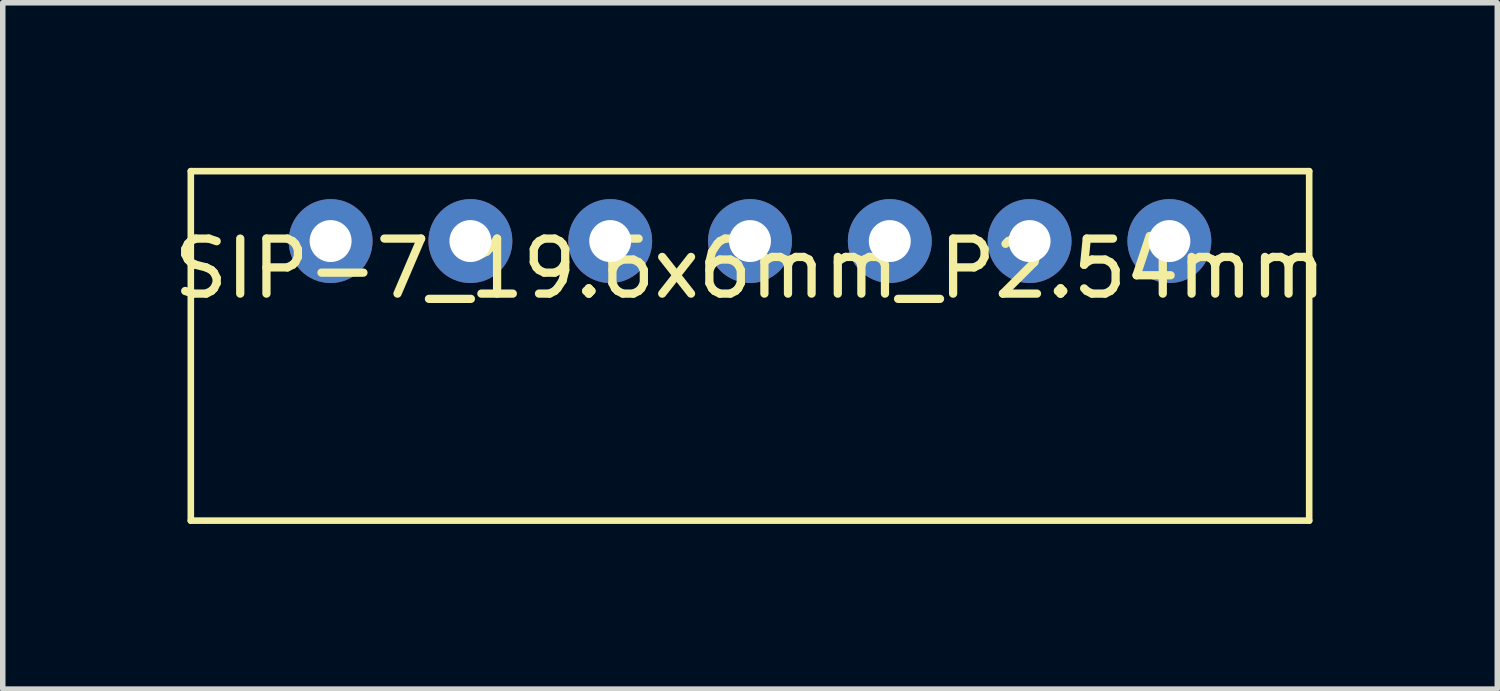
<source format=kicad_pcb>
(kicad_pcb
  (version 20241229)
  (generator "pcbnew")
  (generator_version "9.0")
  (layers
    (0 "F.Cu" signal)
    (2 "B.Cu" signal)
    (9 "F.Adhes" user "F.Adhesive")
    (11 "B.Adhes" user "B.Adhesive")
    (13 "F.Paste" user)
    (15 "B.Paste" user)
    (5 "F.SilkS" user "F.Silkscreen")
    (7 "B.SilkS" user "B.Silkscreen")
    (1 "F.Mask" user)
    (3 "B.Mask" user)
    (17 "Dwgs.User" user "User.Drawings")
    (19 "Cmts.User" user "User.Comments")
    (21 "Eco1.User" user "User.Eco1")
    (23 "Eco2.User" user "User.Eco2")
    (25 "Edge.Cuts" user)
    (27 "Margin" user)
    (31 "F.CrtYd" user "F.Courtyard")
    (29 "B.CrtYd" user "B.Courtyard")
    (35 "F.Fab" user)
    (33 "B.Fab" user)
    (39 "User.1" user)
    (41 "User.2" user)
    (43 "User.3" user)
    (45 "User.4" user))
  (footprint "SIP-7_19.6x6mm_P2.54mm"
    (layer "F.Cu")
    (at 10.577 1.33)
    (property "Reference" "SIP-7_19.6x6mm_P2.54mm" (at 0 0.5 0) (layer "F.SilkS") (effects (font (size 1 1) (thickness 0.15))))
    (attr through_hole)
    (fp_line (start -10.16 -1.27) (end 10.16 -1.27) (stroke (width 0.12) (type solid)) (layer "F.SilkS"))
    (fp_line (start -10.16 5.08) (end -10.16 -1.27) (stroke (width 0.12) (type solid)) (layer "F.SilkS"))
    (fp_line (start 10.16 -1.27) (end 10.16 5.08) (stroke (width 0.12) (type solid)) (layer "F.SilkS"))
    (fp_line (start 10.16 5.08) (end -10.16 5.08) (stroke (width 0.12) (type solid)) (layer "F.SilkS"))
    (pad "1" thru_hole circle (at -7.62 0) (size 1.524 1.524) (drill 0.762) (layers "*.Cu" "*.Mask"))
    (pad "2" thru_hole circle (at -5.08 0) (size 1.524 1.524) (drill 0.762) (layers "*.Cu" "*.Mask"))
    (pad "3" thru_hole circle (at -2.54 0) (size 1.524 1.524) (drill 0.762) (layers "*.Cu" "*.Mask"))
    (pad "4" thru_hole circle (at 0 0) (size 1.524 1.524) (drill 0.762) (layers "*.Cu" "*.Mask"))
    (pad "5" thru_hole circle (at 2.54 0) (size 1.524 1.524) (drill 0.762) (layers "*.Cu" "*.Mask"))
    (pad "6" thru_hole circle (at 5.08 0) (size 1.524 1.524) (drill 0.762) (layers "*.Cu" "*.Mask"))
    (pad "7" thru_hole circle (at 7.62 0) (size 1.524 1.524) (drill 0.762) (layers "*.Cu" "*.Mask")))
  (gr_rect
    (start -3 -3)
    (end 24.155 9.47)
    (stroke (width 0.1) (type default))
    (fill no)
    (layer "Edge.Cuts")))
</source>
